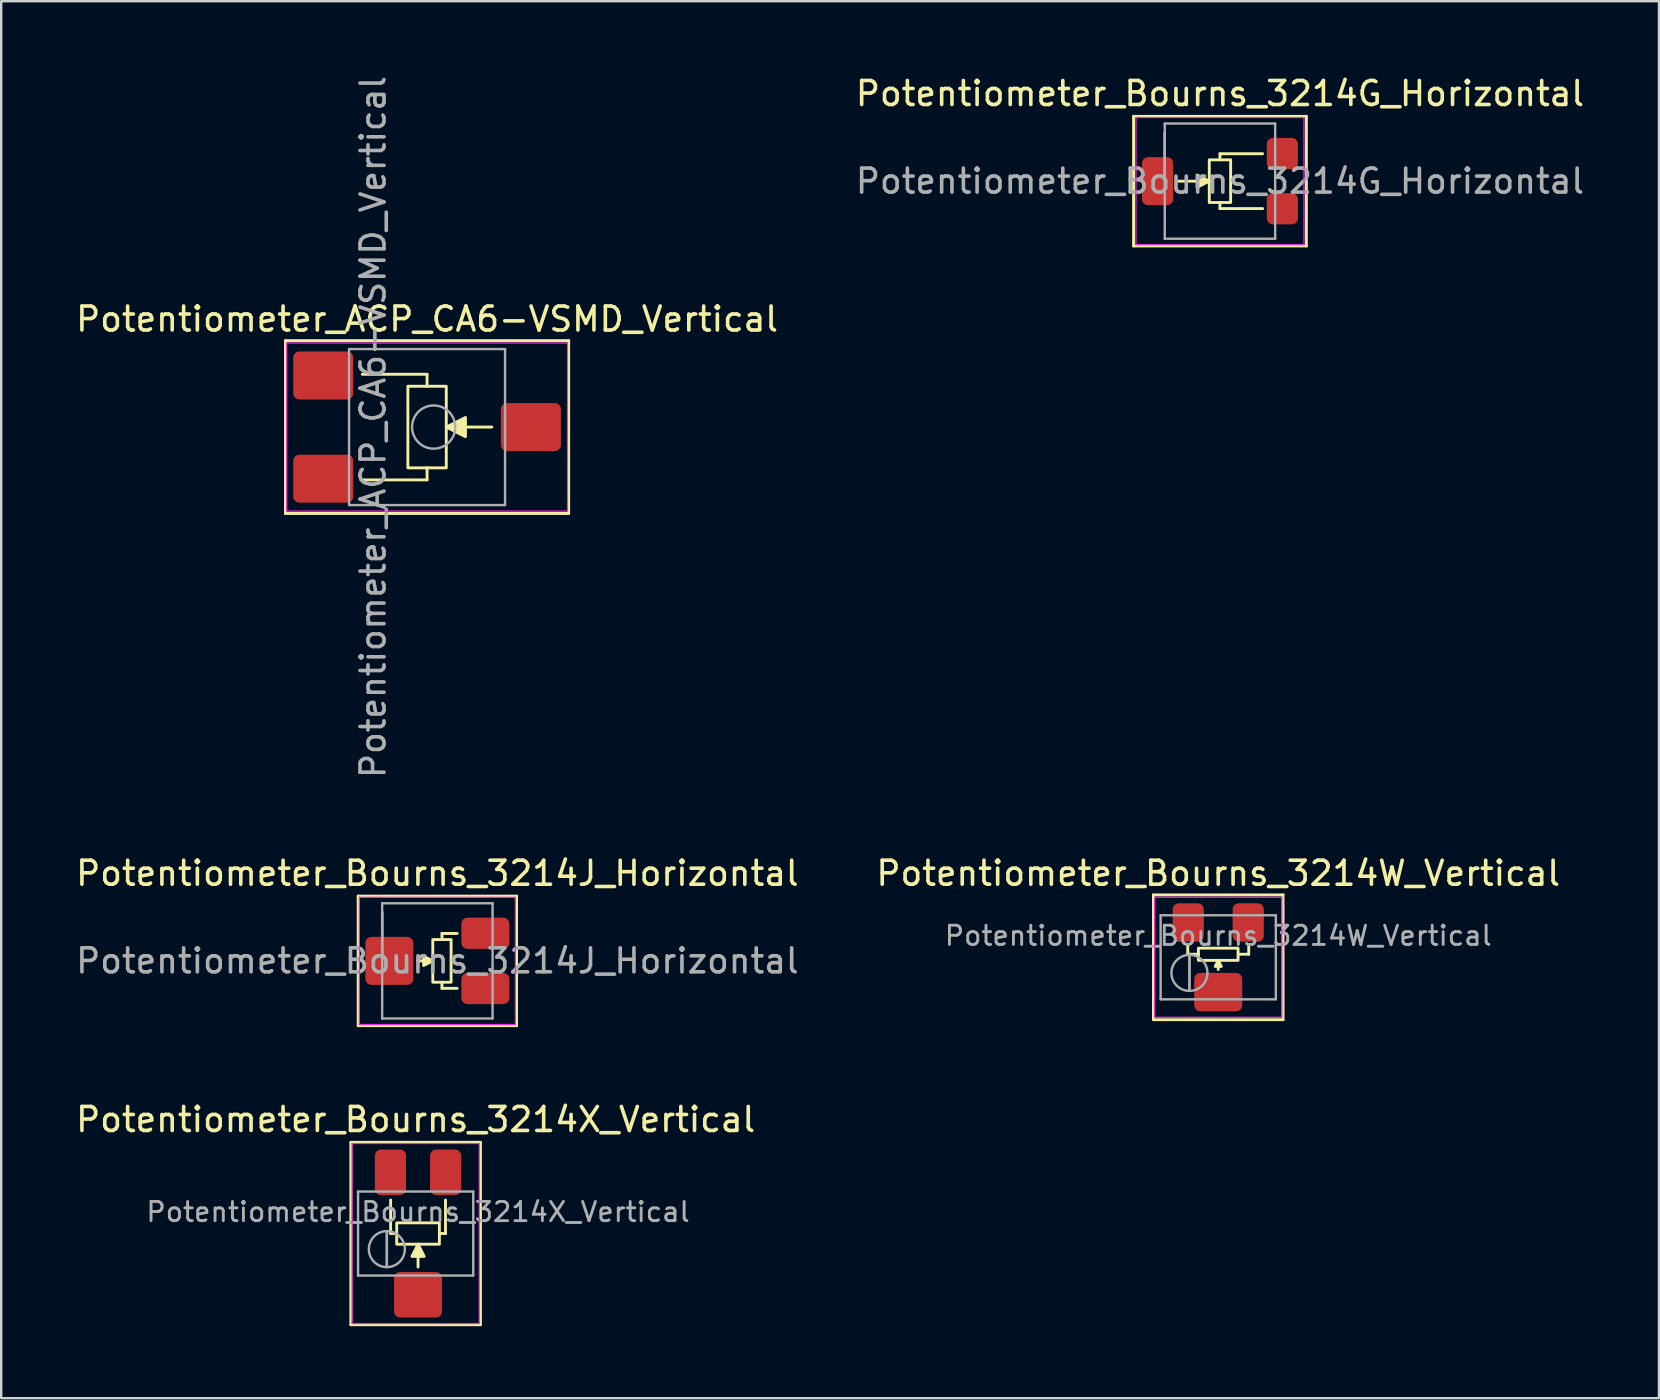
<source format=kicad_pcb>
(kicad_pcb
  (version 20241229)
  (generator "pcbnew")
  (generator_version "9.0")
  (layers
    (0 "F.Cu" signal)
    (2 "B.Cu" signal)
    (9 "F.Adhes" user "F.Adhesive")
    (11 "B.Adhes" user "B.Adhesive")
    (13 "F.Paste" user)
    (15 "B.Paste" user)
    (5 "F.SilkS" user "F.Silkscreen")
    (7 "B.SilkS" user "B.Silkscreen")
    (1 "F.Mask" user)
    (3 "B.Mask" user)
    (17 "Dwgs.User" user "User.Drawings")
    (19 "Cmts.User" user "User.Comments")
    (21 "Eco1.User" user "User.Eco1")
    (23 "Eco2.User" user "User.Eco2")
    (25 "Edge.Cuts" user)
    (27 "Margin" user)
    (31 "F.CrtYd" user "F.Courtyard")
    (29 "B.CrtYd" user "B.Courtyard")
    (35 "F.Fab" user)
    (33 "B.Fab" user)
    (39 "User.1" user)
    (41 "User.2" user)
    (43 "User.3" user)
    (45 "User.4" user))
  (footprint "Potentiometer_ACP_CA6-VSMD_Vertical"
    (layer "F.Cu")
    (at 14.744 14.744)
    (property "Reference" "Potentiometer_ACP_CA6-VSMD_Vertical" (at 0 -4.5 0) (layer "F.SilkS") (effects (font (size 1 1) (thickness 0.15))))
    (attr smd)
    (fp_line (start -5.9 -3.6) (end 5.9 -3.6) (stroke (width 0.12) (type solid)) (layer "F.SilkS"))
    (fp_line (start -5.9 3.6) (end -5.9 -3.6) (stroke (width 0.12) (type solid)) (layer "F.SilkS"))
    (fp_line (start -2.7 -2.2) (end 0 -2.2) (stroke (width 0.12) (type solid)) (layer "F.SilkS"))
    (fp_line (start -2.7 2.2) (end 0 2.2) (stroke (width 0.12) (type solid)) (layer "F.SilkS"))
    (fp_line (start 0 -2.2) (end 0 -1.7) (stroke (width 0.12) (type solid)) (layer "F.SilkS"))
    (fp_line (start 0 2.2) (end 0 1.7) (stroke (width 0.12) (type solid)) (layer "F.SilkS"))
    (fp_line (start 2.7 0) (end 0.8 0) (stroke (width 0.12) (type solid)) (layer "F.SilkS"))
    (fp_line (start 5.9 -3.6) (end 5.9 3.6) (stroke (width 0.12) (type solid)) (layer "F.SilkS"))
    (fp_line (start 5.9 3.6) (end -5.9 3.6) (stroke (width 0.12) (type solid)) (layer "F.SilkS"))
    (fp_rect (start -0.8 -1.7) (end 0.8 1.7) (stroke (width 0.12) (type solid)) (fill no) (layer "F.SilkS"))
    (fp_poly (pts (xy 1.6 0.4) (xy 0.8 0) (xy 1.6 -0.4)) (stroke (width 0.12) (type solid)) (fill yes) (layer "F.SilkS"))
    (fp_line (start -5.85 -3.5) (end -5.85 3.5) (stroke (width 0.05) (type solid)) (layer "F.CrtYd"))
    (fp_line (start -5.85 3.5) (end 5.85 3.5) (stroke (width 0.05) (type solid)) (layer "F.CrtYd"))
    (fp_line (start 5.85 -3.5) (end -5.85 -3.5) (stroke (width 0.05) (type solid)) (layer "F.CrtYd"))
    (fp_line (start 5.85 3.5) (end 5.85 -3.5) (stroke (width 0.05) (type solid)) (layer "F.CrtYd"))
    (fp_line (start -3.25 -3.25) (end -3.25 3.25) (stroke (width 0.1) (type solid)) (layer "F.Fab"))
    (fp_line (start -3.25 3.25) (end 3.25 3.25) (stroke (width 0.1) (type solid)) (layer "F.Fab"))
    (fp_line (start 3.25 -3.25) (end -3.25 -3.25) (stroke (width 0.1) (type solid)) (layer "F.Fab"))
    (fp_line (start 3.25 3.25) (end 3.25 -3.25) (stroke (width 0.1) (type solid)) (layer "F.Fab"))
    (fp_circle (center 0.275 0) (end 1.175 0) (stroke (width 0.1) (type solid)) (fill no) (layer "F.Fab"))
    (fp_text user "${REFERENCE}" (at -2.25 0 90) (layer "F.Fab") (effects (font (size 1 1) (thickness 0.15))))
    (pad "1" smd roundrect (at -4.325 2.15) (size 2.5 2) (layers "F.Cu" "F.Mask" "F.Paste") (roundrect_rratio 0.125))
    (pad "2" smd roundrect (at 4.325 0) (size 2.5 2) (layers "F.Cu" "F.Mask" "F.Paste") (roundrect_rratio 0.125))
    (pad "3" smd roundrect (at -4.325 -2.15) (size 2.5 2) (layers "F.Cu" "F.Mask" "F.Paste") (roundrect_rratio 0.125)))
  (footprint "Potentiometer_Bourns_3214J_Horizontal"
    (layer "F.Cu")
    (at 15.173 36.986)
    (property "Reference" "Potentiometer_Bourns_3214J_Horizontal" (at 0 -3.65 0) (layer "F.SilkS") (effects (font (size 1 1) (thickness 0.15))))
    (attr smd)
    (fp_line (start -3.3 -2.7) (end 3.3 -2.7) (stroke (width 0.12) (type solid)) (layer "F.SilkS"))
    (fp_line (start -3.3 2.7) (end -3.3 -2.7) (stroke (width 0.12) (type solid)) (layer "F.SilkS"))
    (fp_line (start -0.826 0) (end -0.191 0) (stroke (width 0.12) (type solid)) (layer "F.SilkS"))
    (fp_line (start 0.191 -1.143) (end 0.191 -0.889) (stroke (width 0.12) (type solid)) (layer "F.SilkS"))
    (fp_line (start 0.191 1.143) (end 0.191 0.889) (stroke (width 0.12) (type solid)) (layer "F.SilkS"))
    (fp_line (start 0.826 -1.143) (end 0.191 -1.143) (stroke (width 0.12) (type solid)) (layer "F.SilkS"))
    (fp_line (start 0.826 1.143) (end 0.191 1.143) (stroke (width 0.12) (type solid)) (layer "F.SilkS"))
    (fp_line (start 3.3 -2.7) (end 3.3 2.7) (stroke (width 0.12) (type solid)) (layer "F.SilkS"))
    (fp_line (start 3.3 2.7) (end -3.3 2.7) (stroke (width 0.12) (type solid)) (layer "F.SilkS"))
    (fp_rect (start -0.191 -0.889) (end 0.572 0.889) (stroke (width 0.12) (type solid)) (fill no) (layer "F.SilkS"))
    (fp_poly (pts (xy -0.191 0) (xy -0.572 0.191) (xy -0.572 -0.191)) (stroke (width 0.12) (type solid)) (fill yes) (layer "F.SilkS"))
    (fp_line (start -3.25 -2.65) (end -3.25 2.65) (stroke (width 0.05) (type solid)) (layer "F.CrtYd"))
    (fp_line (start -3.25 2.65) (end 3.25 2.65) (stroke (width 0.05) (type solid)) (layer "F.CrtYd"))
    (fp_line (start 3.25 -2.65) (end -3.25 -2.65) (stroke (width 0.05) (type solid)) (layer "F.CrtYd"))
    (fp_line (start 3.25 2.65) (end 3.25 -2.65) (stroke (width 0.05) (type solid)) (layer "F.CrtYd"))
    (fp_line (start -2.3 -2.4) (end -2.3 2.4) (stroke (width 0.1) (type solid)) (layer "F.Fab"))
    (fp_line (start -2.3 -2.02) (end -2.3 -2.02) (stroke (width 0.1) (type solid)) (layer "F.Fab"))
    (fp_line (start -2.3 -2.02) (end -2.3 -0.24) (stroke (width 0.1) (type solid)) (layer "F.Fab"))
    (fp_line (start -2.3 -1.13) (end -2.3 -1.13) (stroke (width 0.1) (type solid)) (layer "F.Fab"))
    (fp_line (start -2.3 -0.24) (end -2.3 -2.02) (stroke (width 0.1) (type solid)) (layer "F.Fab"))
    (fp_line (start -2.3 -0.24) (end -2.3 -0.24) (stroke (width 0.1) (type solid)) (layer "F.Fab"))
    (fp_line (start -2.3 2.4) (end 2.3 2.4) (stroke (width 0.1) (type solid)) (layer "F.Fab"))
    (fp_line (start 2.3 -2.4) (end -2.3 -2.4) (stroke (width 0.1) (type solid)) (layer "F.Fab"))
    (fp_line (start 2.3 2.4) (end 2.3 -2.4) (stroke (width 0.1) (type solid)) (layer "F.Fab"))
    (fp_text user "${REFERENCE}" (at 0 0 0) (layer "F.Fab") (effects (font (size 1 1) (thickness 0.15))))
    (pad "1" smd roundrect (at 2 -1.15) (size 2 1.3) (layers "F.Cu" "F.Mask" "F.Paste") (roundrect_rratio 0.192))
    (pad "2" smd roundrect (at -2 0) (size 2 2) (layers "F.Cu" "F.Mask" "F.Paste") (roundrect_rratio 0.125))
    (pad "3" smd roundrect (at 2 1.15) (size 2 1.3) (layers "F.Cu" "F.Mask" "F.Paste") (roundrect_rratio 0.192)))
  (footprint "Potentiometer_Bourns_3214G_Horizontal"
    (layer "F.Cu")
    (at 47.78 4.498)
    (property "Reference" "Potentiometer_Bourns_3214G_Horizontal" (at 0 -3.65 0) (layer "F.SilkS") (effects (font (size 1 1) (thickness 0.15))))
    (attr smd)
    (fp_line (start -3.6 -2.7) (end 3.6 -2.7) (stroke (width 0.12) (type solid)) (layer "F.SilkS"))
    (fp_line (start -3.6 2.7) (end -3.6 -2.7) (stroke (width 0.12) (type solid)) (layer "F.SilkS"))
    (fp_line (start -1.778 0) (end -0.445 0) (stroke (width 0.12) (type solid)) (layer "F.SilkS"))
    (fp_line (start 0 -1.143) (end 0 -0.889) (stroke (width 0.12) (type solid)) (layer "F.SilkS"))
    (fp_line (start 0 1.143) (end 0 0.889) (stroke (width 0.12) (type solid)) (layer "F.SilkS"))
    (fp_line (start 1.778 -1.143) (end 0 -1.143) (stroke (width 0.12) (type solid)) (layer "F.SilkS"))
    (fp_line (start 1.778 1.143) (end 0 1.143) (stroke (width 0.12) (type solid)) (layer "F.SilkS"))
    (fp_line (start 3.6 -2.7) (end 3.6 2.7) (stroke (width 0.12) (type solid)) (layer "F.SilkS"))
    (fp_line (start 3.6 2.7) (end -3.6 2.7) (stroke (width 0.12) (type solid)) (layer "F.SilkS"))
    (fp_rect (start -0.445 -0.889) (end 0.445 0.889) (stroke (width 0.12) (type solid)) (fill no) (layer "F.SilkS"))
    (fp_poly (pts (xy -0.445 0) (xy -0.953 0.254) (xy -0.953 -0.254)) (stroke (width 0.12) (type solid)) (fill yes) (layer "F.SilkS"))
    (fp_line (start -3.5 -2.65) (end -3.5 2.65) (stroke (width 0.05) (type solid)) (layer "F.CrtYd"))
    (fp_line (start -3.5 2.65) (end 3.5 2.65) (stroke (width 0.05) (type solid)) (layer "F.CrtYd"))
    (fp_line (start 3.5 -2.65) (end -3.5 -2.65) (stroke (width 0.05) (type solid)) (layer "F.CrtYd"))
    (fp_line (start 3.5 2.65) (end 3.5 -2.65) (stroke (width 0.05) (type solid)) (layer "F.CrtYd"))
    (fp_line (start -2.3 -2.4) (end -2.3 2.4) (stroke (width 0.1) (type solid)) (layer "F.Fab"))
    (fp_line (start -2.3 -2.02) (end -2.3 -2.02) (stroke (width 0.1) (type solid)) (layer "F.Fab"))
    (fp_line (start -2.3 -2.02) (end -2.3 -0.24) (stroke (width 0.1) (type solid)) (layer "F.Fab"))
    (fp_line (start -2.3 -1.13) (end -2.3 -1.13) (stroke (width 0.1) (type solid)) (layer "F.Fab"))
    (fp_line (start -2.3 -0.24) (end -2.3 -2.02) (stroke (width 0.1) (type solid)) (layer "F.Fab"))
    (fp_line (start -2.3 -0.24) (end -2.3 -0.24) (stroke (width 0.1) (type solid)) (layer "F.Fab"))
    (fp_line (start -2.3 2.4) (end 2.3 2.4) (stroke (width 0.1) (type solid)) (layer "F.Fab"))
    (fp_line (start 2.3 -2.4) (end -2.3 -2.4) (stroke (width 0.1) (type solid)) (layer "F.Fab"))
    (fp_line (start 2.3 2.4) (end 2.3 -2.4) (stroke (width 0.1) (type solid)) (layer "F.Fab"))
    (fp_text user "${REFERENCE}" (at 0 0 0) (layer "F.Fab") (effects (font (size 1 1) (thickness 0.15))))
    (pad "1" smd roundrect (at 2.6 -1.15) (size 1.3 1.3) (layers "F.Cu" "F.Mask" "F.Paste") (roundrect_rratio 0.192))
    (pad "2" smd roundrect (at -2.6 0) (size 1.3 2) (layers "F.Cu" "F.Mask" "F.Paste") (roundrect_rratio 0.192))
    (pad "3" smd roundrect (at 2.6 1.15) (size 1.3 1.3) (layers "F.Cu" "F.Mask" "F.Paste") (roundrect_rratio 0.192)))
  (footprint "Potentiometer_Bourns_3214X_Vertical"
    (layer "F.Cu")
    (at 14.368 48.345)
    (property "Reference" "Potentiometer_Bourns_3214X_Vertical" (at -0.1 -4.75 0) (layer "F.SilkS") (effects (font (size 1 1) (thickness 0.15))))
    (attr smd)
    (fp_line (start -2.8 -3.8) (end 2.6 -3.8) (stroke (width 0.12) (type solid)) (layer "F.SilkS"))
    (fp_line (start -2.8 3.8) (end -2.8 -3.8) (stroke (width 0.12) (type solid)) (layer "F.SilkS"))
    (fp_line (start -1.143 -1.397) (end -1.143 0) (stroke (width 0.12) (type solid)) (layer "F.SilkS"))
    (fp_line (start -1.143 0) (end -0.889 0) (stroke (width 0.12) (type solid)) (layer "F.SilkS"))
    (fp_line (start 0 1.397) (end 0 0.445) (stroke (width 0.12) (type solid)) (layer "F.SilkS"))
    (fp_line (start 1.143 -1.397) (end 1.143 0) (stroke (width 0.12) (type solid)) (layer "F.SilkS"))
    (fp_line (start 1.143 0) (end 0.889 0) (stroke (width 0.12) (type solid)) (layer "F.SilkS"))
    (fp_line (start 2.6 -3.8) (end 2.6 3.8) (stroke (width 0.12) (type solid)) (layer "F.SilkS"))
    (fp_line (start 2.6 3.8) (end -2.8 3.8) (stroke (width 0.12) (type solid)) (layer "F.SilkS"))
    (fp_rect (start -0.889 0.445) (end 0.889 -0.445) (stroke (width 0.12) (type solid)) (fill no) (layer "F.SilkS"))
    (fp_poly (pts (xy 0 0.445) (xy 0.254 0.953) (xy -0.254 0.953)) (stroke (width 0.12) (type solid)) (fill yes) (layer "F.SilkS"))
    (fp_line (start -2.75 -3.75) (end -2.75 3.75) (stroke (width 0.05) (type solid)) (layer "F.CrtYd"))
    (fp_line (start -2.75 3.75) (end 2.55 3.75) (stroke (width 0.05) (type solid)) (layer "F.CrtYd"))
    (fp_line (start 2.55 -3.75) (end -2.75 -3.75) (stroke (width 0.05) (type solid)) (layer "F.CrtYd"))
    (fp_line (start 2.55 3.75) (end 2.55 -3.75) (stroke (width 0.05) (type solid)) (layer "F.CrtYd"))
    (fp_line (start -2.5 -1.75) (end -2.5 1.75) (stroke (width 0.1) (type solid)) (layer "F.Fab"))
    (fp_line (start -2.5 1.75) (end 2.3 1.75) (stroke (width 0.1) (type solid)) (layer "F.Fab"))
    (fp_line (start -1.3 1.393) (end -1.299 -0.092) (stroke (width 0.1) (type solid)) (layer "F.Fab"))
    (fp_line (start -1.3 1.393) (end -1.299 -0.092) (stroke (width 0.1) (type solid)) (layer "F.Fab"))
    (fp_line (start 2.3 -1.75) (end -2.5 -1.75) (stroke (width 0.1) (type solid)) (layer "F.Fab"))
    (fp_line (start 2.3 1.75) (end 2.3 -1.75) (stroke (width 0.1) (type solid)) (layer "F.Fab"))
    (fp_circle (center -1.3 0.65) (end -0.55 0.65) (stroke (width 0.1) (type solid)) (fill no) (layer "F.Fab"))
    (fp_text user "${REFERENCE}" (at 0 -0.9 0) (layer "F.Fab") (effects (font (size 0.8 0.8) (thickness 0.12))))
    (pad "1" smd roundrect (at 1.15 -2.55) (size 1.3 1.9) (layers "F.Cu" "F.Mask" "F.Paste") (roundrect_rratio 0.192))
    (pad "2" smd roundrect (at 0 2.55) (size 2 1.9) (layers "F.Cu" "F.Mask" "F.Paste") (roundrect_rratio 0.132))
    (pad "3" smd roundrect (at -1.15 -2.55) (size 1.3 1.9) (layers "F.Cu" "F.Mask" "F.Paste") (roundrect_rratio 0.192)))
  (footprint "Potentiometer_Bourns_3214W_Vertical"
    (layer "F.Cu")
    (at 47.708 36.836)
    (property "Reference" "Potentiometer_Bourns_3214W_Vertical" (at 0 -3.5 0) (layer "F.SilkS") (effects (font (size 1 1) (thickness 0.15))))
    (attr smd)
    (fp_line (start -2.7 -2.6) (end -2.7 2.6) (stroke (width 0.12) (type solid)) (layer "F.SilkS"))
    (fp_line (start -2.7 2.6) (end 2.7 2.6) (stroke (width 0.12) (type solid)) (layer "F.SilkS"))
    (fp_line (start -1.27 -0.508) (end -1.27 -0.127) (stroke (width 0.12) (type solid)) (layer "F.SilkS"))
    (fp_line (start -1.27 -0.127) (end -0.826 -0.127) (stroke (width 0.12) (type solid)) (layer "F.SilkS"))
    (fp_line (start 0 0.508) (end 0 0.127) (stroke (width 0.12) (type solid)) (layer "F.SilkS"))
    (fp_line (start 1.27 -0.508) (end 1.27 -0.127) (stroke (width 0.12) (type solid)) (layer "F.SilkS"))
    (fp_line (start 1.27 -0.127) (end 0.889 -0.127) (stroke (width 0.12) (type solid)) (layer "F.SilkS"))
    (fp_line (start 2.7 -2.6) (end -2.7 -2.6) (stroke (width 0.12) (type solid)) (layer "F.SilkS"))
    (fp_line (start 2.7 2.6) (end 2.7 -2.6) (stroke (width 0.12) (type solid)) (layer "F.SilkS"))
    (fp_rect (start -0.826 0.127) (end 0.826 -0.381) (stroke (width 0.12) (type solid)) (fill no) (layer "F.SilkS"))
    (fp_poly (pts (xy 0 0.127) (xy 0.127 0.381) (xy -0.127 0.381)) (stroke (width 0.12) (type solid)) (fill yes) (layer "F.SilkS"))
    (fp_line (start -2.65 -2.5) (end -2.65 2.5) (stroke (width 0.05) (type solid)) (layer "F.CrtYd"))
    (fp_line (start -2.65 2.5) (end 2.65 2.5) (stroke (width 0.05) (type solid)) (layer "F.CrtYd"))
    (fp_line (start 2.65 -2.5) (end -2.65 -2.5) (stroke (width 0.05) (type solid)) (layer "F.CrtYd"))
    (fp_line (start 2.65 2.5) (end 2.65 -2.5) (stroke (width 0.05) (type solid)) (layer "F.CrtYd"))
    (fp_line (start -2.4 -1.75) (end -2.4 1.75) (stroke (width 0.1) (type solid)) (layer "F.Fab"))
    (fp_line (start -2.4 1.75) (end 2.4 1.75) (stroke (width 0.1) (type solid)) (layer "F.Fab"))
    (fp_line (start -1.2 1.393) (end -1.199 -0.092) (stroke (width 0.1) (type solid)) (layer "F.Fab"))
    (fp_line (start -1.2 1.393) (end -1.199 -0.092) (stroke (width 0.1) (type solid)) (layer "F.Fab"))
    (fp_line (start 2.4 -1.75) (end -2.4 -1.75) (stroke (width 0.1) (type solid)) (layer "F.Fab"))
    (fp_line (start 2.4 1.75) (end 2.4 -1.75) (stroke (width 0.1) (type solid)) (layer "F.Fab"))
    (fp_circle (center -1.2 0.65) (end -0.45 0.65) (stroke (width 0.1) (type solid)) (fill no) (layer "F.Fab"))
    (fp_text user "${REFERENCE}" (at 0 -0.9 0) (layer "F.Fab") (effects (font (size 0.8 0.8) (thickness 0.12))))
    (pad "1" smd roundrect (at 1.25 -1.45) (size 1.3 1.6) (layers "F.Cu" "F.Mask" "F.Paste") (roundrect_rratio 0.192))
    (pad "2" smd roundrect (at 0 1.45) (size 2 1.6) (layers "F.Cu" "F.Mask" "F.Paste") (roundrect_rratio 0.156))
    (pad "3" smd roundrect (at -1.25 -1.45) (size 1.3 1.6) (layers "F.Cu" "F.Mask" "F.Paste") (roundrect_rratio 0.192)))
  (gr_rect
    (start -3 -3)
    (end 66.071 55.205)
    (stroke (width 0.1) (type default))
    (fill no)
    (layer "Edge.Cuts")))
</source>
